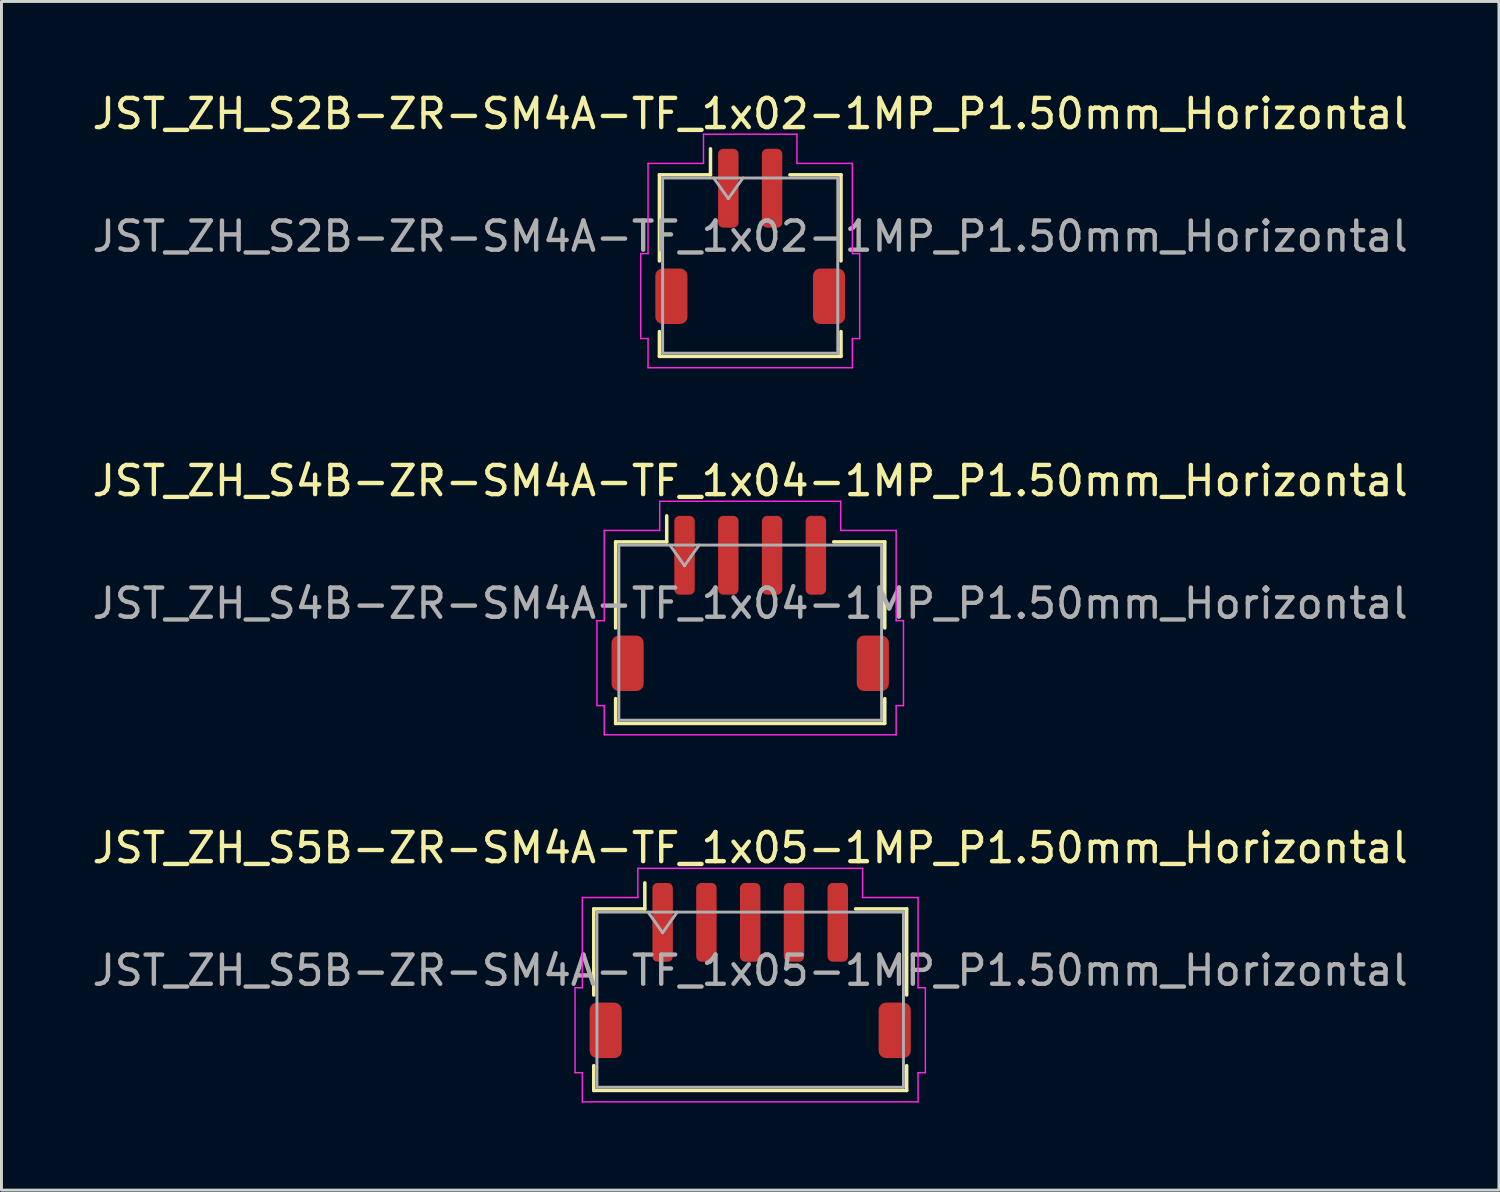
<source format=kicad_pcb>
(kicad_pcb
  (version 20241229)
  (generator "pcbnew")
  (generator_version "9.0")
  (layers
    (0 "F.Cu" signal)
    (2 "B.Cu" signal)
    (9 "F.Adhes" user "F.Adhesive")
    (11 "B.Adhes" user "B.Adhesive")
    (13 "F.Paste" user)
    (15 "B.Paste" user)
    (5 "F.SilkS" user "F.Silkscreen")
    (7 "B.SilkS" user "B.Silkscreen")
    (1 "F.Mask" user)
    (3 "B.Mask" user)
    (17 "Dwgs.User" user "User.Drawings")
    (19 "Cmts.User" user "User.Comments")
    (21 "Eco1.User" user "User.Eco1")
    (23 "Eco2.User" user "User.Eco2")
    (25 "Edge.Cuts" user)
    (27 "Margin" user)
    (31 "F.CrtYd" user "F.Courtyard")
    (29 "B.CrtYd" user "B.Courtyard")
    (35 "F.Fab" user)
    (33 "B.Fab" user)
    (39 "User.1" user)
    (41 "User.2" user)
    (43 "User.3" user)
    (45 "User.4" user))
  (footprint "JST_ZH_S4B-ZR-SM4A-TF_1x04-1MP_P1.50mm_Horizontal"
    (layer "F.Cu")
    (at 22.649 17.622)
    (property "Reference" "JST_ZH_S4B-ZR-SM4A-TF_1x04-1MP_P1.50mm_Horizontal" (at 0 -4.2 0) (layer "F.SilkS") (effects (font (size 1 1) (thickness 0.15))))
    (attr smd)
    (fp_line (start -4.61 -2.11) (end -2.86 -2.11) (stroke (width 0.12) (type solid)) (layer "F.SilkS"))
    (fp_line (start -4.61 0.84) (end -4.61 -2.11) (stroke (width 0.12) (type solid)) (layer "F.SilkS"))
    (fp_line (start -4.61 3.26) (end -4.61 4.11) (stroke (width 0.12) (type solid)) (layer "F.SilkS"))
    (fp_line (start -4.61 4.11) (end 4.61 4.11) (stroke (width 0.12) (type solid)) (layer "F.SilkS"))
    (fp_line (start -2.86 -2.11) (end -2.86 -3) (stroke (width 0.12) (type solid)) (layer "F.SilkS"))
    (fp_line (start 4.61 -2.11) (end 2.86 -2.11) (stroke (width 0.12) (type solid)) (layer "F.SilkS"))
    (fp_line (start 4.61 0.84) (end 4.61 -2.11) (stroke (width 0.12) (type solid)) (layer "F.SilkS"))
    (fp_line (start 4.61 4.11) (end 4.61 3.26) (stroke (width 0.12) (type solid)) (layer "F.SilkS"))
    (fp_line (start -5.25 0.59) (end -5 0.59) (stroke (width 0.05) (type solid)) (layer "F.CrtYd"))
    (fp_line (start -5.25 3.5) (end -5.25 0.59) (stroke (width 0.05) (type solid)) (layer "F.CrtYd"))
    (fp_line (start -5 -2.5) (end -3.1 -2.5) (stroke (width 0.05) (type solid)) (layer "F.CrtYd"))
    (fp_line (start -5 0.59) (end -5 -2.5) (stroke (width 0.05) (type solid)) (layer "F.CrtYd"))
    (fp_line (start -5 3.5) (end -5.25 3.5) (stroke (width 0.05) (type solid)) (layer "F.CrtYd"))
    (fp_line (start -5 4.5) (end -5 3.5) (stroke (width 0.05) (type solid)) (layer "F.CrtYd"))
    (fp_line (start -3.1 -3.5) (end 3.1 -3.5) (stroke (width 0.05) (type solid)) (layer "F.CrtYd"))
    (fp_line (start -3.1 -2.5) (end -3.1 -3.5) (stroke (width 0.05) (type solid)) (layer "F.CrtYd"))
    (fp_line (start 3.1 -3.5) (end 3.1 -2.5) (stroke (width 0.05) (type solid)) (layer "F.CrtYd"))
    (fp_line (start 3.1 -2.5) (end 5 -2.5) (stroke (width 0.05) (type solid)) (layer "F.CrtYd"))
    (fp_line (start 5 -2.5) (end 5 0.59) (stroke (width 0.05) (type solid)) (layer "F.CrtYd"))
    (fp_line (start 5 0.59) (end 5.25 0.59) (stroke (width 0.05) (type solid)) (layer "F.CrtYd"))
    (fp_line (start 5 3.5) (end 5 4.5) (stroke (width 0.05) (type solid)) (layer "F.CrtYd"))
    (fp_line (start 5 4.5) (end -5 4.5) (stroke (width 0.05) (type solid)) (layer "F.CrtYd"))
    (fp_line (start 5.25 0.59) (end 5.25 3.5) (stroke (width 0.05) (type solid)) (layer "F.CrtYd"))
    (fp_line (start 5.25 3.5) (end 5 3.5) (stroke (width 0.05) (type solid)) (layer "F.CrtYd"))
    (fp_line (start -4.5 -2) (end -4.5 4) (stroke (width 0.1) (type solid)) (layer "F.Fab"))
    (fp_line (start -4.5 -2) (end 4.5 -2) (stroke (width 0.1) (type solid)) (layer "F.Fab"))
    (fp_line (start -4.5 4) (end 4.5 4) (stroke (width 0.1) (type solid)) (layer "F.Fab"))
    (fp_line (start -2.75 -2) (end -2.25 -1.293) (stroke (width 0.1) (type solid)) (layer "F.Fab"))
    (fp_line (start -2.25 -1.293) (end -1.75 -2) (stroke (width 0.1) (type solid)) (layer "F.Fab"))
    (fp_line (start 4.5 -2) (end 4.5 4) (stroke (width 0.1) (type solid)) (layer "F.Fab"))
    (fp_text user "${REFERENCE}" (at 0 0 0) (layer "F.Fab") (effects (font (size 1 1) (thickness 0.15))))
    (pad "1" smd roundrect (at -2.25 -1.65) (size 0.7 2.7) (layers "F.Cu" "F.Mask" "F.Paste") (roundrect_rratio 0.25))
    (pad "2" smd roundrect (at -0.75 -1.65) (size 0.7 2.7) (layers "F.Cu" "F.Mask" "F.Paste") (roundrect_rratio 0.25))
    (pad "3" smd roundrect (at 0.75 -1.65) (size 0.7 2.7) (layers "F.Cu" "F.Mask" "F.Paste") (roundrect_rratio 0.25))
    (pad "4" smd roundrect (at 2.25 -1.65) (size 0.7 2.7) (layers "F.Cu" "F.Mask" "F.Paste") (roundrect_rratio 0.25))
    (pad "MP" smd roundrect (at -4.2 2.05) (size 1.1 1.9) (layers "F.Cu" "F.Mask" "F.Paste") (roundrect_rratio 0.227))
    (pad "MP" smd roundrect (at 4.2 2.05) (size 1.1 1.9) (layers "F.Cu" "F.Mask" "F.Paste") (roundrect_rratio 0.227)))
  (footprint "JST_ZH_S5B-ZR-SM4A-TF_1x05-1MP_P1.50mm_Horizontal"
    (layer "F.Cu")
    (at 22.649 30.195)
    (property "Reference" "JST_ZH_S5B-ZR-SM4A-TF_1x05-1MP_P1.50mm_Horizontal" (at 0 -4.2 0) (layer "F.SilkS") (effects (font (size 1 1) (thickness 0.15))))
    (attr smd)
    (fp_line (start -5.36 -2.11) (end -3.61 -2.11) (stroke (width 0.12) (type solid)) (layer "F.SilkS"))
    (fp_line (start -5.36 0.84) (end -5.36 -2.11) (stroke (width 0.12) (type solid)) (layer "F.SilkS"))
    (fp_line (start -5.36 3.26) (end -5.36 4.11) (stroke (width 0.12) (type solid)) (layer "F.SilkS"))
    (fp_line (start -5.36 4.11) (end 5.36 4.11) (stroke (width 0.12) (type solid)) (layer "F.SilkS"))
    (fp_line (start -3.61 -2.11) (end -3.61 -3) (stroke (width 0.12) (type solid)) (layer "F.SilkS"))
    (fp_line (start 5.36 -2.11) (end 3.61 -2.11) (stroke (width 0.12) (type solid)) (layer "F.SilkS"))
    (fp_line (start 5.36 0.84) (end 5.36 -2.11) (stroke (width 0.12) (type solid)) (layer "F.SilkS"))
    (fp_line (start 5.36 4.11) (end 5.36 3.26) (stroke (width 0.12) (type solid)) (layer "F.SilkS"))
    (fp_line (start -6 0.59) (end -5.75 0.59) (stroke (width 0.05) (type solid)) (layer "F.CrtYd"))
    (fp_line (start -6 3.5) (end -6 0.59) (stroke (width 0.05) (type solid)) (layer "F.CrtYd"))
    (fp_line (start -5.75 -2.5) (end -3.85 -2.5) (stroke (width 0.05) (type solid)) (layer "F.CrtYd"))
    (fp_line (start -5.75 0.59) (end -5.75 -2.5) (stroke (width 0.05) (type solid)) (layer "F.CrtYd"))
    (fp_line (start -5.75 3.5) (end -6 3.5) (stroke (width 0.05) (type solid)) (layer "F.CrtYd"))
    (fp_line (start -5.75 4.5) (end -5.75 3.5) (stroke (width 0.05) (type solid)) (layer "F.CrtYd"))
    (fp_line (start -3.85 -3.5) (end 3.85 -3.5) (stroke (width 0.05) (type solid)) (layer "F.CrtYd"))
    (fp_line (start -3.85 -2.5) (end -3.85 -3.5) (stroke (width 0.05) (type solid)) (layer "F.CrtYd"))
    (fp_line (start 3.85 -3.5) (end 3.85 -2.5) (stroke (width 0.05) (type solid)) (layer "F.CrtYd"))
    (fp_line (start 3.85 -2.5) (end 5.75 -2.5) (stroke (width 0.05) (type solid)) (layer "F.CrtYd"))
    (fp_line (start 5.75 -2.5) (end 5.75 0.59) (stroke (width 0.05) (type solid)) (layer "F.CrtYd"))
    (fp_line (start 5.75 0.59) (end 6 0.59) (stroke (width 0.05) (type solid)) (layer "F.CrtYd"))
    (fp_line (start 5.75 3.5) (end 5.75 4.5) (stroke (width 0.05) (type solid)) (layer "F.CrtYd"))
    (fp_line (start 5.75 4.5) (end -5.75 4.5) (stroke (width 0.05) (type solid)) (layer "F.CrtYd"))
    (fp_line (start 6 0.59) (end 6 3.5) (stroke (width 0.05) (type solid)) (layer "F.CrtYd"))
    (fp_line (start 6 3.5) (end 5.75 3.5) (stroke (width 0.05) (type solid)) (layer "F.CrtYd"))
    (fp_line (start -5.25 -2) (end -5.25 4) (stroke (width 0.1) (type solid)) (layer "F.Fab"))
    (fp_line (start -5.25 -2) (end 5.25 -2) (stroke (width 0.1) (type solid)) (layer "F.Fab"))
    (fp_line (start -5.25 4) (end 5.25 4) (stroke (width 0.1) (type solid)) (layer "F.Fab"))
    (fp_line (start -3.5 -2) (end -3 -1.293) (stroke (width 0.1) (type solid)) (layer "F.Fab"))
    (fp_line (start -3 -1.293) (end -2.5 -2) (stroke (width 0.1) (type solid)) (layer "F.Fab"))
    (fp_line (start 5.25 -2) (end 5.25 4) (stroke (width 0.1) (type solid)) (layer "F.Fab"))
    (fp_text user "${REFERENCE}" (at 0 0 0) (layer "F.Fab") (effects (font (size 1 1) (thickness 0.15))))
    (pad "1" smd roundrect (at -3 -1.65) (size 0.7 2.7) (layers "F.Cu" "F.Mask" "F.Paste") (roundrect_rratio 0.25))
    (pad "2" smd roundrect (at -1.5 -1.65) (size 0.7 2.7) (layers "F.Cu" "F.Mask" "F.Paste") (roundrect_rratio 0.25))
    (pad "3" smd roundrect (at 0 -1.65) (size 0.7 2.7) (layers "F.Cu" "F.Mask" "F.Paste") (roundrect_rratio 0.25))
    (pad "4" smd roundrect (at 1.5 -1.65) (size 0.7 2.7) (layers "F.Cu" "F.Mask" "F.Paste") (roundrect_rratio 0.25))
    (pad "5" smd roundrect (at 3 -1.65) (size 0.7 2.7) (layers "F.Cu" "F.Mask" "F.Paste") (roundrect_rratio 0.25))
    (pad "MP" smd roundrect (at -4.95 2.05) (size 1.1 1.9) (layers "F.Cu" "F.Mask" "F.Paste") (roundrect_rratio 0.227))
    (pad "MP" smd roundrect (at 4.95 2.05) (size 1.1 1.9) (layers "F.Cu" "F.Mask" "F.Paste") (roundrect_rratio 0.227)))
  (footprint "JST_ZH_S2B-ZR-SM4A-TF_1x02-1MP_P1.50mm_Horizontal"
    (layer "F.Cu")
    (at 22.649 5.048)
    (property "Reference" "JST_ZH_S2B-ZR-SM4A-TF_1x02-1MP_P1.50mm_Horizontal" (at 0 -4.2 0) (layer "F.SilkS") (effects (font (size 1 1) (thickness 0.15))))
    (attr smd)
    (fp_line (start -3.11 -2.11) (end -1.36 -2.11) (stroke (width 0.12) (type solid)) (layer "F.SilkS"))
    (fp_line (start -3.11 0.84) (end -3.11 -2.11) (stroke (width 0.12) (type solid)) (layer "F.SilkS"))
    (fp_line (start -3.11 3.26) (end -3.11 4.11) (stroke (width 0.12) (type solid)) (layer "F.SilkS"))
    (fp_line (start -3.11 4.11) (end 3.11 4.11) (stroke (width 0.12) (type solid)) (layer "F.SilkS"))
    (fp_line (start -1.36 -2.11) (end -1.36 -3) (stroke (width 0.12) (type solid)) (layer "F.SilkS"))
    (fp_line (start 3.11 -2.11) (end 1.36 -2.11) (stroke (width 0.12) (type solid)) (layer "F.SilkS"))
    (fp_line (start 3.11 0.84) (end 3.11 -2.11) (stroke (width 0.12) (type solid)) (layer "F.SilkS"))
    (fp_line (start 3.11 4.11) (end 3.11 3.26) (stroke (width 0.12) (type solid)) (layer "F.SilkS"))
    (fp_line (start -3.75 0.59) (end -3.5 0.59) (stroke (width 0.05) (type solid)) (layer "F.CrtYd"))
    (fp_line (start -3.75 3.5) (end -3.75 0.59) (stroke (width 0.05) (type solid)) (layer "F.CrtYd"))
    (fp_line (start -3.5 -2.5) (end -1.6 -2.5) (stroke (width 0.05) (type solid)) (layer "F.CrtYd"))
    (fp_line (start -3.5 0.59) (end -3.5 -2.5) (stroke (width 0.05) (type solid)) (layer "F.CrtYd"))
    (fp_line (start -3.5 3.5) (end -3.75 3.5) (stroke (width 0.05) (type solid)) (layer "F.CrtYd"))
    (fp_line (start -3.5 4.5) (end -3.5 3.5) (stroke (width 0.05) (type solid)) (layer "F.CrtYd"))
    (fp_line (start -1.6 -3.5) (end 1.6 -3.5) (stroke (width 0.05) (type solid)) (layer "F.CrtYd"))
    (fp_line (start -1.6 -2.5) (end -1.6 -3.5) (stroke (width 0.05) (type solid)) (layer "F.CrtYd"))
    (fp_line (start 1.6 -3.5) (end 1.6 -2.5) (stroke (width 0.05) (type solid)) (layer "F.CrtYd"))
    (fp_line (start 1.6 -2.5) (end 3.5 -2.5) (stroke (width 0.05) (type solid)) (layer "F.CrtYd"))
    (fp_line (start 3.5 -2.5) (end 3.5 0.59) (stroke (width 0.05) (type solid)) (layer "F.CrtYd"))
    (fp_line (start 3.5 0.59) (end 3.75 0.59) (stroke (width 0.05) (type solid)) (layer "F.CrtYd"))
    (fp_line (start 3.5 3.5) (end 3.5 4.5) (stroke (width 0.05) (type solid)) (layer "F.CrtYd"))
    (fp_line (start 3.5 4.5) (end -3.5 4.5) (stroke (width 0.05) (type solid)) (layer "F.CrtYd"))
    (fp_line (start 3.75 0.59) (end 3.75 3.5) (stroke (width 0.05) (type solid)) (layer "F.CrtYd"))
    (fp_line (start 3.75 3.5) (end 3.5 3.5) (stroke (width 0.05) (type solid)) (layer "F.CrtYd"))
    (fp_line (start -3 -2) (end -3 4) (stroke (width 0.1) (type solid)) (layer "F.Fab"))
    (fp_line (start -3 -2) (end 3 -2) (stroke (width 0.1) (type solid)) (layer "F.Fab"))
    (fp_line (start -3 4) (end 3 4) (stroke (width 0.1) (type solid)) (layer "F.Fab"))
    (fp_line (start -1.25 -2) (end -0.75 -1.293) (stroke (width 0.1) (type solid)) (layer "F.Fab"))
    (fp_line (start -0.75 -1.293) (end -0.25 -2) (stroke (width 0.1) (type solid)) (layer "F.Fab"))
    (fp_line (start 3 -2) (end 3 4) (stroke (width 0.1) (type solid)) (layer "F.Fab"))
    (fp_text user "${REFERENCE}" (at 0 0 0) (layer "F.Fab") (effects (font (size 1 1) (thickness 0.15))))
    (pad "1" smd roundrect (at -0.75 -1.65) (size 0.7 2.7) (layers "F.Cu" "F.Mask" "F.Paste") (roundrect_rratio 0.25))
    (pad "2" smd roundrect (at 0.75 -1.65) (size 0.7 2.7) (layers "F.Cu" "F.Mask" "F.Paste") (roundrect_rratio 0.25))
    (pad "MP" smd roundrect (at -2.7 2.05) (size 1.1 1.9) (layers "F.Cu" "F.Mask" "F.Paste") (roundrect_rratio 0.227))
    (pad "MP" smd roundrect (at 2.7 2.05) (size 1.1 1.9) (layers "F.Cu" "F.Mask" "F.Paste") (roundrect_rratio 0.227)))
  (gr_rect
    (start -3 -3)
    (end 48.298 37.72)
    (stroke (width 0.1) (type default))
    (fill no)
    (layer "Edge.Cuts")))
</source>
